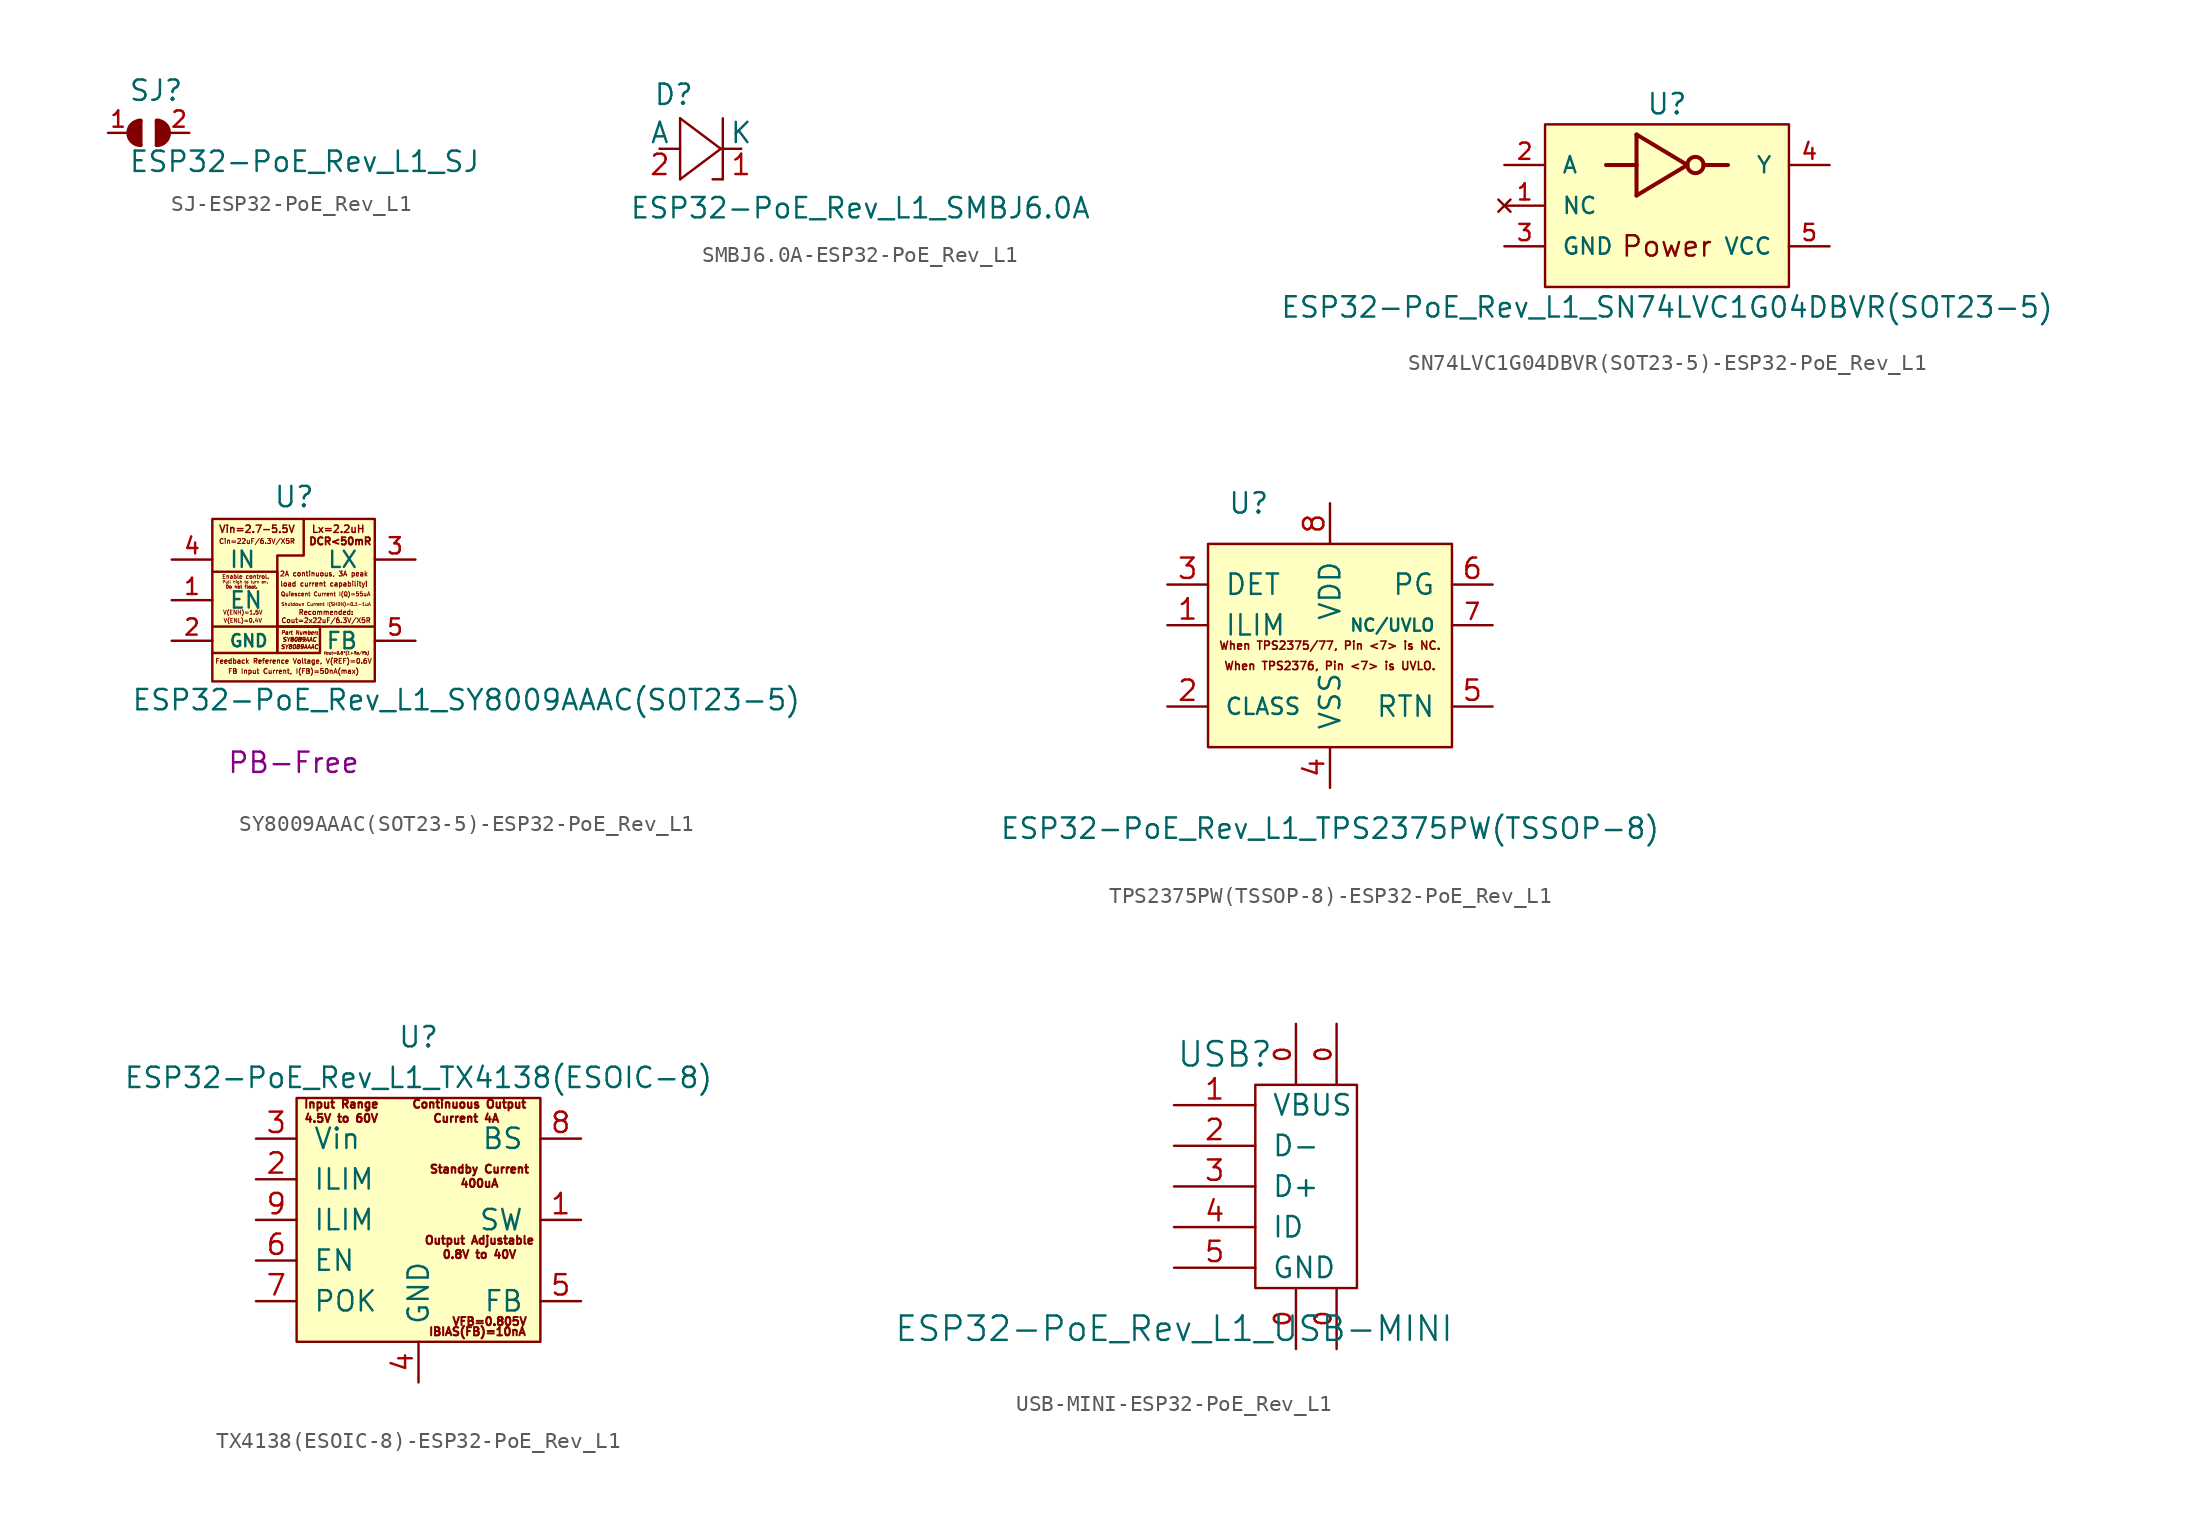
<source format=kicad_sym>
(kicad_symbol_lib
  (version 20220914)
  (generator kicad_symbol_editor)
  (symbol "SJ-ESP32-PoE_Rev_L1"
    (pin_names
      (offset 1.016) hide)
    (property "Reference" "SJ"
      (at -1.27 1.905 0)
      (effects (font (size 1.27 1.27)) (justify left bottom)))
    (property "Value" "ESP32-PoE_Rev_L1_SJ"
      (at -1.27 -2.54 0)
      (effects (font (size 1.27 1.27)) (justify left bottom)))
    (property "Datasheet" ""
      (at 0 0 0)
      (effects (font (size 1.524 1.524))))
    (symbol "SJ-ESP32-PoE_Rev_L1_0_1"
      (arc (start -0.508 0.762) (mid -1.2667 0) (end -0.508 -0.762) (stroke (width 0.254) (type solid)) (fill (type none)))
      (polyline (pts (xy -1.143 0.381) (xy -1.143 -0.254)) (stroke (width 0.254) (type solid)) (fill (type none)))
      (polyline (pts (xy -1.016 0.508) (xy -1.016 -0.508)) (stroke (width 0.254) (type solid)) (fill (type none)))
      (polyline (pts (xy -0.889 0.508) (xy -0.889 -0.508)) (stroke (width 0.254) (type solid)) (fill (type none)))
      (polyline (pts (xy -0.762 0.635) (xy -0.762 -0.635)) (stroke (width 0.254) (type solid)) (fill (type none)))
      (polyline (pts (xy -0.635 0.762) (xy -0.635 -0.635)) (stroke (width 0.254) (type solid)) (fill (type none)))
      (polyline (pts (xy -0.508 0.762) (xy -0.508 -0.762)) (stroke (width 0.254) (type solid)) (fill (type none)))
      (polyline (pts (xy 0.508 0.762) (xy 0.508 -0.762)) (stroke (width 0.254) (type solid)) (fill (type none)))
      (polyline (pts (xy 0.635 0.762) (xy 0.635 -0.635)) (stroke (width 0.254) (type solid)) (fill (type none)))
      (polyline (pts (xy 0.762 0.635) (xy 0.762 -0.635)) (stroke (width 0.254) (type solid)) (fill (type none)))
      (polyline (pts (xy 0.889 0.508) (xy 0.889 -0.508)) (stroke (width 0.254) (type solid)) (fill (type none)))
      (polyline (pts (xy 1.016 0.508) (xy 1.016 -0.381)) (stroke (width 0.254) (type solid)) (fill (type none)))
      (polyline (pts (xy 1.143 0.381) (xy 1.143 -0.381)) (stroke (width 0.254) (type solid)) (fill (type none)))
      (arc (start 0.508 -0.762) (mid 1.0468 -0.5388) (end 1.27 0) (stroke (width 0.254) (type solid)) (fill (type none)))
      (arc (start 1.27 0) (mid 1.0468 0.5388) (end 0.508 0.762) (stroke (width 0.254) (type solid)) (fill (type none))))
    (symbol "SJ-ESP32-PoE_Rev_L1_1_1"
      (pin passive line (at -2.54 0 0) (length 1.27) (name "1" (effects (font (size 0.508 0.508)))) (number "1" (effects (font (size 1.016 1.016)))))
      (pin passive line (at 2.54 0 180) (length 1.27) (name "2" (effects (font (size 0.508 0.508)))) (number "2" (effects (font (size 1.016 1.016)))))))
  (symbol "SMBJ6.0A-ESP32-PoE_Rev_L1"
    (pin_names
      (offset 0))
    (property "Reference" "D"
      (at -2.946 2.642 0)
      (effects (font (size 1.27 1.27)) (justify left bottom)))
    (property "Value" "ESP32-PoE_Rev_L1_SMBJ6.0A"
      (at -4.445 -4.445 0)
      (effects (font (size 1.27 1.27)) (justify left bottom)))
    (property "Datasheet" ""
      (at 0 0 0)
      (effects (font (size 1.524 1.524))))
    (symbol "SMBJ6.0A-ESP32-PoE_Rev_L1_0_1"
      (rectangle (start -2.54 0) (end -1.27 0) (stroke (width 0) (type solid)) (fill (type none)))
      (rectangle (start 1.27 0) (end 2.54 0) (stroke (width 0) (type solid)) (fill (type none))))
    (symbol "SMBJ6.0A-ESP32-PoE_Rev_L1_1_0"
      (polyline (pts (xy -1.27 -1.905) (xy 1.27 0)) (stroke (width 0) (type solid)) (fill (type none)))
      (polyline (pts (xy -1.27 1.905) (xy -1.27 -1.905)) (stroke (width 0) (type solid)) (fill (type none)))
      (polyline (pts (xy 1.27 0) (xy -1.27 1.905)) (stroke (width 0) (type solid)) (fill (type none)))
      (polyline (pts (xy 1.397 -1.905) (xy 0.762 -1.905)) (stroke (width 0) (type solid)) (fill (type none)))
      (polyline (pts (xy 1.397 1.905) (xy 1.397 -1.905)) (stroke (width 0) (type solid)) (fill (type none))))
    (symbol "SMBJ6.0A-ESP32-PoE_Rev_L1_1_1"
      (pin passive line (at 2.54 0 180) (length 0) (name "K" (effects (font (size 1.27 1.27)))) (number "1" (effects (font (size 1.27 1.27)))))
      (pin passive line (at -2.54 0 0) (length 0) (name "A" (effects (font (size 1.27 1.27)))) (number "2" (effects (font (size 1.27 1.27)))))))
  (symbol "SN74LVC1G04DBVR(SOT23-5)-ESP32-PoE_Rev_L1"
    (pin_names
      (offset 1.016))
    (property "Reference" "U"
      (at 0 6.35 0)
      (effects (font (size 1.27 1.27))))
    (property "Value" "ESP32-PoE_Rev_L1_SN74LVC1G04DBVR(SOT23-5)"
      (at 0 -6.35 0)
      (effects (font (size 1.27 1.27))))
    (symbol "SN74LVC1G04DBVR(SOT23-5)-ESP32-PoE_Rev_L1_0_1"
      (circle (center 1.778 2.54) (radius 0.508) (stroke (width 0.254) (type solid)) (fill (type none))))
    (symbol "SN74LVC1G04DBVR(SOT23-5)-ESP32-PoE_Rev_L1_1_1"
      (rectangle (start -7.62 5.08) (end 7.62 -5.08) (stroke (width 0) (type solid)) (fill (type background)))
      (polyline (pts (xy -1.905 0.635) (xy 1.27 2.54)) (stroke (width 0.254) (type solid)) (fill (type none)))
      (polyline (pts (xy -1.905 2.54) (xy -3.81 2.54)) (stroke (width 0.254) (type solid)) (fill (type none)))
      (polyline (pts (xy -1.905 2.54) (xy -1.905 0.635)) (stroke (width 0.254) (type solid)) (fill (type none)))
      (polyline (pts (xy -1.905 4.445) (xy -1.905 2.54)) (stroke (width 0.254) (type solid)) (fill (type none)))
      (polyline (pts (xy -1.905 4.445) (xy 1.27 2.54)) (stroke (width 0.254) (type solid)) (fill (type none)))
      (polyline (pts (xy 2.286 2.54) (xy 3.81 2.54)) (stroke (width 0.254) (type solid)) (fill (type none)))
      (text "Power" (at 0 -2.54 0) (effects (font (size 1.27 1.27))))
      (pin no_connect line (at -10.16 0 0) (length 2.54) (name "NC" (effects (font (size 1.016 1.016)))) (number "1" (effects (font (size 1.016 1.016)))))
      (pin input line (at -10.16 2.54 0) (length 2.54) (name "A" (effects (font (size 1.016 1.016)))) (number "2" (effects (font (size 1.016 1.016)))))
      (pin power_in line (at -10.16 -2.54 0) (length 2.54) (name "GND" (effects (font (size 1.016 1.016)))) (number "3" (effects (font (size 1.016 1.016)))))
      (pin output line (at 10.16 2.54 180) (length 2.54) (name "Y" (effects (font (size 1.016 1.016)))) (number "4" (effects (font (size 1.016 1.016)))))
      (pin power_in line (at 10.16 -2.54 180) (length 2.54) (name "VCC" (effects (font (size 1.016 1.016)))) (number "5" (effects (font (size 1.016 1.016)))))))
  (symbol "SY8009AAAC(SOT23-5)-ESP32-PoE_Rev_L1"
    (pin_names
      (offset 1.016))
    (property "Reference" "U"
      (at -1.27 5.715 0)
      (effects (font (size 1.27 1.27)) (justify left bottom)))
    (property "Value" "ESP32-PoE_Rev_L1_SY8009AAAC(SOT23-5)"
      (at -10.16 -6.985 0)
      (effects (font (size 1.27 1.27)) (justify left bottom)))
    (property "Datasheet" ""
      (at 0.762 1.016 0)
      (effects (font (size 1.524 1.524))))
    (property "Note" "PB-Free"
      (at 0 -10.16 0)
      (effects (font (size 1.27 1.27))))
    (symbol "SY8009AAAC(SOT23-5)-ESP32-PoE_Rev_L1_0_0"
      (rectangle (start -1.016 -1.651) (end 1.651 -3.302) (stroke (width 0) (type solid)) (fill (type none)))
      (polyline (pts (xy -1.016 -1.651) (xy -1.016 -3.302) (xy -5.08 -3.302)) (stroke (width 0) (type solid)) (fill (type none)))
      (polyline (pts (xy -5.08 1.778) (xy -1.016 1.778) (xy -1.016 0.254) (xy -1.016 -1.651) (xy -5.08 -1.651)) (stroke (width 0) (type solid)) (fill (type none)))
      (polyline (pts (xy 0.635 5.08) (xy 0.635 4.191) (xy 0.635 2.794) (xy -1.016 2.794) (xy -1.016 1.016) (xy -1.016 -1.651) (xy 5.08 -1.651)) (stroke (width 0) (type solid)) (fill (type none)))
      (text "2A continuous, 3A peak" (at 1.905 1.651 0) (effects (font (size 0.305 0.305) bold)))
      (text "Cin=22uF/6.3V/X5R" (at -2.286 3.683 0) (effects (font (size 0.305 0.305) bold)))
      (text "Cout=2x22uF/6.3V/X5R" (at 2.032 -1.27 0) (effects (font (size 0.305 0.305) bold)))
      (text "DCR<50mR" (at 2.921 3.683 0) (effects (font (size 0.457 0.457))))
      (text "Do not float." (at -3.251 0.838 0) (effects (font (size 0.203 0.203))))
      (text "Enable control." (at -2.997 1.473 0) (effects (font (size 0.254 0.254) bold)))
      (text "FB Input Current, I(FB)=50nA(max)" (at 0 -4.445 0) (effects (font (size 0.305 0.305) bold)))
      (text "Feedback Reference Voltage, V(REF)=0.6V" (at 0 -3.81 0) (effects (font (size 0.305 0.305) bold)))
      (text "load current capability!" (at 1.905 1.016 0) (effects (font (size 0.305 0.305) bold)))
      (text "Lx=2.2uH" (at 2.794 4.445 0) (effects (font (size 0.457 0.457) bold)))
      (text "Part Number:" (at 0.381 -2.032 0) (effects (font (size 0.229 0.229) italic)))
      (text "Pull high to turn on." (at -3.023 1.143 0) (effects (font (size 0.178 0.178) bold)))
      (text "Quiescent Current I(Q)=55uA" (at 2.007 0.381 0) (effects (font (size 0.254 0.254) bold)))
      (text "Recommended:" (at 2.032 -0.762 0) (effects (font (size 0.305 0.305) bold)))
      (text "Shutdown Current I(SHDN)=0.1-1uA" (at 2.032 -0.254 0) (effects (font (size 0.203 0.203) bold)))
      (text "SY8089AAAC" (at 0.381 -2.921 0) (effects (font (size 0.254 0.254) italic)))
      (text "SY8089AAC" (at 0.381 -2.464 0) (effects (font (size 0.254 0.254) italic)))
      (text "V(ENH)=1.5V" (at -3.175 -0.762 0) (effects (font (size 0.254 0.254) bold)))
      (text "V(ENL)=0.4V" (at -3.175 -1.27 0) (effects (font (size 0.254 0.254) bold)))
      (text "Vin=2.7-5.5V" (at -2.286 4.445 0) (effects (font (size 0.457 0.457) bold)))
      (text "Vout=0.6*(1+Ra/Rb)" (at 3.302 -3.302 0) (effects (font (size 0.178 0.178) italic))))
    (symbol "SY8009AAAC(SOT23-5)-ESP32-PoE_Rev_L1_0_1"
      (rectangle (start -5.08 5.08) (end 5.08 -5.08) (stroke (width 0) (type solid)) (fill (type background))))
    (symbol "SY8009AAAC(SOT23-5)-ESP32-PoE_Rev_L1_1_1"
      (pin input line (at -7.62 0 0) (length 2.54) (name "EN" (effects (font (size 1.016 1.016)))) (number "1" (effects (font (size 1.016 1.016)))))
      (pin power_in line (at -7.62 -2.54 0) (length 2.54) (name "GND" (effects (font (size 0.762 0.762)))) (number "2" (effects (font (size 1.016 1.016)))))
      (pin output line (at 7.62 2.54 180) (length 2.54) (name "LX" (effects (font (size 1.016 1.016)))) (number "3" (effects (font (size 1.016 1.016)))))
      (pin input line (at -7.62 2.54 0) (length 2.54) (name "IN" (effects (font (size 1.016 1.016)))) (number "4" (effects (font (size 1.016 1.016)))))
      (pin input line (at 7.62 -2.54 180) (length 2.54) (name "FB" (effects (font (size 1.016 1.016)))) (number "5" (effects (font (size 1.016 1.016)))))))
  (symbol "TPS2375PW(TSSOP-8)-ESP32-PoE_Rev_L1"
    (pin_names
      (offset 1.016))
    (property "Reference" "U"
      (at -5.08 10.16 0)
      (effects (font (size 1.27 1.27))))
    (property "Value" "ESP32-PoE_Rev_L1_TPS2375PW(TSSOP-8)"
      (at 0 -10.16 0)
      (effects (font (size 1.27 1.27))))
    (symbol "TPS2375PW(TSSOP-8)-ESP32-PoE_Rev_L1_0_0"
      (text "When TPS2375/77, Pin <7> is NC." (at 0 1.27 0) (effects (font (size 0.508 0.508) bold)))
      (text "When TPS2376, Pin <7> is UVLO." (at 0 0 0) (effects (font (size 0.508 0.508) bold))))
    (symbol "TPS2375PW(TSSOP-8)-ESP32-PoE_Rev_L1_0_1"
      (rectangle (start -7.62 7.62) (end 7.62 -5.08) (stroke (width 0) (type solid)) (fill (type background))))
    (symbol "TPS2375PW(TSSOP-8)-ESP32-PoE_Rev_L1_1_1"
      (pin output line (at -10.16 2.54 0) (length 2.54) (name "ILIM" (effects (font (size 1.27 1.27)))) (number "1" (effects (font (size 1.27 1.27)))))
      (pin output line (at -10.16 -2.54 0) (length 2.54) (name "CLASS" (effects (font (size 1.016 1.016)))) (number "2" (effects (font (size 1.27 1.27)))))
      (pin output line (at -10.16 5.08 0) (length 2.54) (name "DET" (effects (font (size 1.27 1.27)))) (number "3" (effects (font (size 1.27 1.27)))))
      (pin power_in line (at 0 -7.62 90) (length 2.54) (name "VSS" (effects (font (size 1.27 1.27)))) (number "4" (effects (font (size 1.27 1.27)))))
      (pin power_out line (at 10.16 -2.54 180) (length 2.54) (name "RTN" (effects (font (size 1.27 1.27)))) (number "5" (effects (font (size 1.27 1.27)))))
      (pin open_collector line (at 10.16 5.08 180) (length 2.54) (name "PG" (effects (font (size 1.27 1.27)))) (number "6" (effects (font (size 1.27 1.27)))))
      (pin input line (at 10.16 2.54 180) (length 2.54) (name "NC/UVLO" (effects (font (size 0.762 0.762)))) (number "7" (effects (font (size 1.016 1.016)))))
      (pin power_in line (at 0 10.16 270) (length 2.54) (name "VDD" (effects (font (size 1.27 1.27)))) (number "8" (effects (font (size 1.27 1.27)))))))
  (symbol "TX4138(ESOIC-8)-ESP32-PoE_Rev_L1"
    (pin_names
      (offset 1.016))
    (property "Reference" "U"
      (at 0 11.43 0)
      (effects (font (size 1.27 1.27))))
    (property "Value" "ESP32-PoE_Rev_L1_TX4138(ESOIC-8)"
      (at 0 8.89 0)
      (effects (font (size 1.27 1.27))))
    (symbol "TX4138(ESOIC-8)-ESP32-PoE_Rev_L1_0_0"
      (text "0.8V to 40V" (at 3.81 -2.159 0) (effects (font (size 0.508 0.508))))
      (text "4.5V to 60V" (at -4.826 6.35 0) (effects (font (size 0.508 0.508))))
      (text "400uA" (at 3.81 2.286 0) (effects (font (size 0.508 0.508))))
      (text "Continuous Output" (at 3.175 7.239 0) (effects (font (size 0.508 0.508))))
      (text "Current 4A " (at 3.175 6.35 0) (effects (font (size 0.508 0.508))))
      (text "IBIAS(FB)=10nA" (at 3.683 -6.985 0) (effects (font (size 0.508 0.508))))
      (text "Input Range" (at -4.826 7.239 0) (effects (font (size 0.508 0.508))))
      (text "Output Adjustable" (at 3.81 -1.27 0) (effects (font (size 0.508 0.508))))
      (text "Standby Current" (at 3.81 3.175 0) (effects (font (size 0.508 0.508))))
      (text "VFB=0.805V" (at 4.445 -6.35 0) (effects (font (size 0.508 0.508)))))
    (symbol "TX4138(ESOIC-8)-ESP32-PoE_Rev_L1_0_1"
      (rectangle (start -7.62 7.62) (end 7.62 -7.62) (stroke (width 0) (type solid)) (fill (type background))))
    (symbol "TX4138(ESOIC-8)-ESP32-PoE_Rev_L1_1_1"
      (pin output line (at 10.16 0 180) (length 2.54) (name "SW" (effects (font (size 1.27 1.27)))) (number "1" (effects (font (size 1.27 1.27)))))
      (pin input line (at -10.16 2.54 0) (length 2.54) (name "ILIM" (effects (font (size 1.27 1.27)))) (number "2" (effects (font (size 1.27 1.27)))))
      (pin power_in line (at -10.16 5.08 0) (length 2.54) (name "Vin" (effects (font (size 1.27 1.27)))) (number "3" (effects (font (size 1.27 1.27)))))
      (pin power_in line (at 0 -10.16 90) (length 2.54) (name "GND" (effects (font (size 1.27 1.27)))) (number "4" (effects (font (size 1.27 1.27)))))
      (pin input line (at 10.16 -5.08 180) (length 2.54) (name "FB" (effects (font (size 1.27 1.27)))) (number "5" (effects (font (size 1.27 1.27)))))
      (pin input line (at -10.16 -2.54 0) (length 2.54) (name "EN" (effects (font (size 1.27 1.27)))) (number "6" (effects (font (size 1.27 1.27)))))
      (pin open_collector line (at -10.16 -5.08 0) (length 2.54) (name "POK" (effects (font (size 1.27 1.27)))) (number "7" (effects (font (size 1.27 1.27)))))
      (pin passive line (at 10.16 5.08 180) (length 2.54) (name "BS" (effects (font (size 1.27 1.27)))) (number "8" (effects (font (size 1.27 1.27)))))
      (pin input line (at -10.16 0 0) (length 2.54) (name "ILIM" (effects (font (size 1.27 1.27)))) (number "9" (effects (font (size 1.27 1.27)))))))
  (symbol "USB-MINI-ESP32-PoE_Rev_L1"
    (pin_names
      (offset 1.016))
    (property "Reference" "USB"
      (at -4.445 8.255 0)
      (effects (font (size 1.524 1.524))))
    (property "Value" "ESP32-PoE_Rev_L1_USB-MINI"
      (at -7.62 -8.89 0)
      (effects (font (size 1.524 1.524))))
    (property "Footprint" ""
      (at 2.54 0 0)
      (effects (font (size 1.524 1.524))))
    (property "Datasheet" ""
      (at 2.54 0 0)
      (effects (font (size 1.524 1.524))))
    (symbol "USB-MINI-ESP32-PoE_Rev_L1_0_1"
      (rectangle (start 3.81 6.35) (end -2.54 -6.35) (stroke (width 0) (type solid)) (fill (type none))))
    (symbol "USB-MINI-ESP32-PoE_Rev_L1_1_1"
      (pin passive line (at 0 -10.16 90) (length 3.81) (name "~" (effects (font (size 0.991 0.991)))) (number "0" (effects (font (size 0.991 0.991)))))
      (pin passive line (at 0 10.16 270) (length 3.81) (name "~" (effects (font (size 0.991 0.991)))) (number "0" (effects (font (size 0.991 0.991)))))
      (pin passive line (at 2.54 -10.16 90) (length 3.81) (name "~" (effects (font (size 0.991 0.991)))) (number "0" (effects (font (size 0.991 0.991)))))
      (pin passive line (at 2.54 10.16 270) (length 3.81) (name "~" (effects (font (size 0.991 0.991)))) (number "0" (effects (font (size 0.991 0.991)))))
      (pin input line (at -7.62 5.08 0) (length 5.08) (name "VBUS" (effects (font (size 1.27 1.27)))) (number "1" (effects (font (size 1.27 1.27)))))
      (pin bidirectional line (at -7.62 2.54 0) (length 5.08) (name "D-" (effects (font (size 1.27 1.27)))) (number "2" (effects (font (size 1.27 1.27)))))
      (pin bidirectional line (at -7.62 0 0) (length 5.08) (name "D+" (effects (font (size 1.27 1.27)))) (number "3" (effects (font (size 1.27 1.27)))))
      (pin input line (at -7.62 -2.54 0) (length 5.08) (name "ID" (effects (font (size 1.27 1.27)))) (number "4" (effects (font (size 1.27 1.27)))))
      (pin power_in line (at -7.62 -5.08 0) (length 5.08) (name "GND" (effects (font (size 1.27 1.27)))) (number "5" (effects (font (size 1.27 1.27))))))))
</source>
